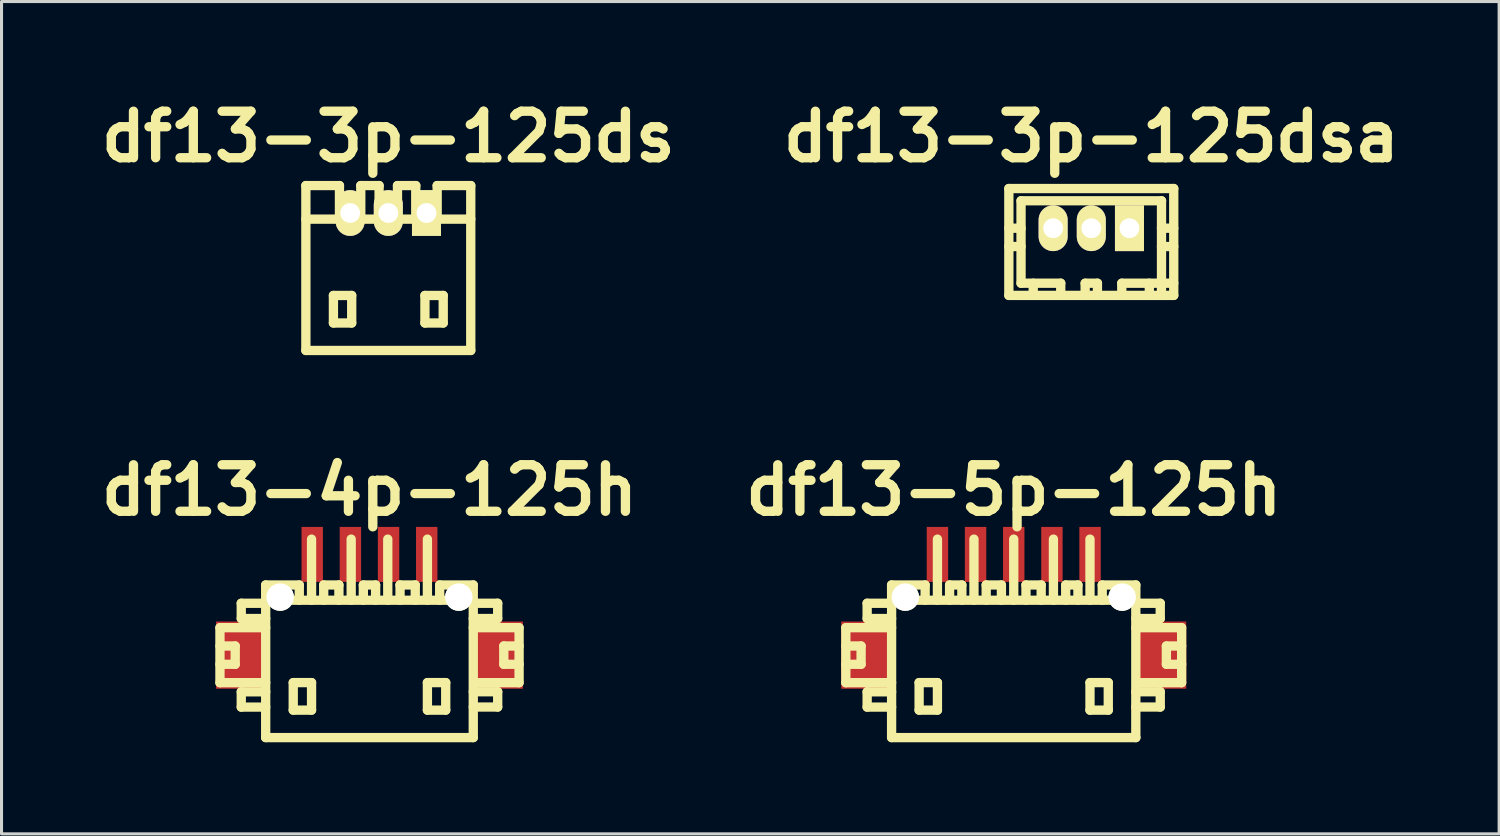
<source format=kicad_pcb>
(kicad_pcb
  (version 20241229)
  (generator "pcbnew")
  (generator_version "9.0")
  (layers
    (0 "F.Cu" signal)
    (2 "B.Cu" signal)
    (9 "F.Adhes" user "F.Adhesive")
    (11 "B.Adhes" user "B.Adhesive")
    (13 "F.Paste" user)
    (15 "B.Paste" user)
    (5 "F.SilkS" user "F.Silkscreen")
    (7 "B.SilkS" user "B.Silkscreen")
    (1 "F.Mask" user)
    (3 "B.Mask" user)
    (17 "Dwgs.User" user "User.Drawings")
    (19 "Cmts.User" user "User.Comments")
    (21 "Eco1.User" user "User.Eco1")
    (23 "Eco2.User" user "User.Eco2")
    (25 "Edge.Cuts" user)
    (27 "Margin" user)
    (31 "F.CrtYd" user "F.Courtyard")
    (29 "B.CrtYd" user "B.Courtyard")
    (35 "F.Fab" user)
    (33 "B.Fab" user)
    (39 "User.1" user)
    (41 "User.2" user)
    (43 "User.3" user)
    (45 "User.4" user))
  (footprint "df13-4p-125h"
    (layer "F.Cu")
    (at 9.05 18.606)
    (property "Reference" "df13-4p-125h" (at 0 -5.601 0) (layer "F.SilkS") (effects (font (size 1.524 1.524) (thickness 0.305))))
    (attr through_hole)
    (fp_line (start -4.897 -1.1) (end -4.897 0.701) (stroke (width 0.305) (type solid)) (layer "F.SilkS"))
    (fp_line (start -4.897 0.701) (end -3.399 0.701) (stroke (width 0.305) (type solid)) (layer "F.SilkS"))
    (fp_line (start -4.397 -0.5) (end -4.897 -0.5) (stroke (width 0.305) (type solid)) (layer "F.SilkS"))
    (fp_line (start -4.397 0.099) (end -4.897 0.099) (stroke (width 0.305) (type solid)) (layer "F.SilkS"))
    (fp_line (start -4.397 0.099) (end -4.397 -0.5) (stroke (width 0.305) (type solid)) (layer "F.SilkS"))
    (fp_line (start -4.199 -1.9) (end -4.199 -1.4) (stroke (width 0.305) (type solid)) (layer "F.SilkS"))
    (fp_line (start -4.199 -1.9) (end -3.399 -1.9) (stroke (width 0.305) (type solid)) (layer "F.SilkS"))
    (fp_line (start -4.199 1.001) (end -4.199 1.501) (stroke (width 0.305) (type solid)) (layer "F.SilkS"))
    (fp_line (start -4.199 1.501) (end -3.399 1.501) (stroke (width 0.305) (type solid)) (layer "F.SilkS"))
    (fp_line (start -3.401 -1.999) (end 3.401 -1.999) (stroke (width 0.305) (type solid)) (layer "F.SilkS"))
    (fp_line (start -3.401 2.499) (end 3.401 2.499) (stroke (width 0.305) (type solid)) (layer "F.SilkS"))
    (fp_line (start -3.399 -1.4) (end -4.199 -1.4) (stroke (width 0.305) (type solid)) (layer "F.SilkS"))
    (fp_line (start -3.399 -1.1) (end -4.897 -1.1) (stroke (width 0.305) (type solid)) (layer "F.SilkS"))
    (fp_line (start -3.399 1.001) (end -4.199 1.001) (stroke (width 0.305) (type solid)) (layer "F.SilkS"))
    (fp_line (start -3.399 2.499) (end -3.399 -2.499) (stroke (width 0.305) (type solid)) (layer "F.SilkS"))
    (fp_line (start -2.497 0.699) (end -2.497 1.6) (stroke (width 0.305) (type solid)) (layer "F.SilkS"))
    (fp_line (start -2.497 1.6) (end -1.897 1.6) (stroke (width 0.305) (type solid)) (layer "F.SilkS"))
    (fp_line (start -2.299 -2.499) (end -3.399 -2.499) (stroke (width 0.305) (type solid)) (layer "F.SilkS"))
    (fp_line (start -2.299 -2.499) (end -2.299 -1.999) (stroke (width 0.305) (type solid)) (layer "F.SilkS"))
    (fp_line (start -1.897 -4) (end -1.897 -1.999) (stroke (width 0.305) (type solid)) (layer "F.SilkS"))
    (fp_line (start -1.897 0.699) (end -2.497 0.699) (stroke (width 0.305) (type solid)) (layer "F.SilkS"))
    (fp_line (start -1.897 1.6) (end -1.897 0.699) (stroke (width 0.305) (type solid)) (layer "F.SilkS"))
    (fp_line (start -1.501 -2.499) (end -1.001 -2.499) (stroke (width 0.305) (type solid)) (layer "F.SilkS"))
    (fp_line (start -1.499 -1.999) (end -1.499 -2.499) (stroke (width 0.305) (type solid)) (layer "F.SilkS"))
    (fp_line (start -1.001 -2.499) (end -1.001 -1.999) (stroke (width 0.305) (type solid)) (layer "F.SilkS"))
    (fp_line (start -0.599 -1.999) (end -0.599 -4) (stroke (width 0.305) (type solid)) (layer "F.SilkS"))
    (fp_line (start -0.201 -2.499) (end -0.201 -1.999) (stroke (width 0.305) (type solid)) (layer "F.SilkS"))
    (fp_line (start 0.201 -2.499) (end -0.201 -2.499) (stroke (width 0.305) (type solid)) (layer "F.SilkS"))
    (fp_line (start 0.201 -2.499) (end 0.201 -1.999) (stroke (width 0.305) (type solid)) (layer "F.SilkS"))
    (fp_line (start 0.599 -1.999) (end 0.599 -4) (stroke (width 0.305) (type solid)) (layer "F.SilkS"))
    (fp_line (start 0.998 -2.499) (end 1.499 -2.499) (stroke (width 0.305) (type solid)) (layer "F.SilkS"))
    (fp_line (start 1.001 -1.999) (end 1.001 -2.499) (stroke (width 0.305) (type solid)) (layer "F.SilkS"))
    (fp_line (start 1.499 -2.499) (end 1.499 -1.999) (stroke (width 0.305) (type solid)) (layer "F.SilkS"))
    (fp_line (start 1.897 -1.999) (end 1.897 -4) (stroke (width 0.305) (type solid)) (layer "F.SilkS"))
    (fp_line (start 1.897 0.699) (end 2.497 0.699) (stroke (width 0.305) (type solid)) (layer "F.SilkS"))
    (fp_line (start 1.897 1.6) (end 1.897 0.699) (stroke (width 0.305) (type solid)) (layer "F.SilkS"))
    (fp_line (start 2.299 -2.499) (end 2.299 -1.999) (stroke (width 0.305) (type solid)) (layer "F.SilkS"))
    (fp_line (start 2.497 0.699) (end 2.497 1.6) (stroke (width 0.305) (type solid)) (layer "F.SilkS"))
    (fp_line (start 2.497 1.6) (end 1.897 1.6) (stroke (width 0.305) (type solid)) (layer "F.SilkS"))
    (fp_line (start 3.399 -2.499) (end 2.299 -2.499) (stroke (width 0.305) (type solid)) (layer "F.SilkS"))
    (fp_line (start 3.399 -2.499) (end 3.399 2.499) (stroke (width 0.305) (type solid)) (layer "F.SilkS"))
    (fp_line (start 3.399 -1.9) (end 4.199 -1.9) (stroke (width 0.305) (type solid)) (layer "F.SilkS"))
    (fp_line (start 3.399 0.998) (end 4.199 0.998) (stroke (width 0.305) (type solid)) (layer "F.SilkS"))
    (fp_line (start 4.199 -1.9) (end 4.199 -1.4) (stroke (width 0.305) (type solid)) (layer "F.SilkS"))
    (fp_line (start 4.199 -1.4) (end 3.399 -1.4) (stroke (width 0.305) (type solid)) (layer "F.SilkS"))
    (fp_line (start 4.199 0.998) (end 4.199 1.499) (stroke (width 0.305) (type solid)) (layer "F.SilkS"))
    (fp_line (start 4.199 1.499) (end 3.399 1.499) (stroke (width 0.305) (type solid)) (layer "F.SilkS"))
    (fp_line (start 4.399 0.099) (end 4.399 -0.5) (stroke (width 0.305) (type solid)) (layer "F.SilkS"))
    (fp_line (start 4.897 -1.1) (end 3.399 -1.1) (stroke (width 0.305) (type solid)) (layer "F.SilkS"))
    (fp_line (start 4.897 0.701) (end 3.498 0.701) (stroke (width 0.305) (type solid)) (layer "F.SilkS"))
    (fp_line (start 4.9 -1.1) (end 4.9 0.701) (stroke (width 0.305) (type solid)) (layer "F.SilkS"))
    (fp_line (start 4.9 -0.5) (end 4.399 -0.5) (stroke (width 0.305) (type solid)) (layer "F.SilkS"))
    (fp_line (start 4.9 0.099) (end 4.399 0.099) (stroke (width 0.305) (type solid)) (layer "F.SilkS"))
    (pad "" smd rect (at -4.224 -0.201) (size 1.6 2.2) (layers "F.Cu" "F.Mask" "F.Paste"))
    (pad "" np_thru_hole circle (at -2.926 -2.101) (size 0.899 0.899) (drill 0.899) (layers "*.Cu" "*.Mask" "F.SilkS"))
    (pad "" np_thru_hole circle (at 2.926 -2.101) (size 0.899 0.899) (drill 0.899) (layers "*.Cu" "*.Mask" "F.SilkS"))
    (pad "" smd rect (at 4.224 -0.201) (size 1.6 2.2) (layers "F.Cu" "F.Mask" "F.Paste"))
    (pad "1" smd rect (at 1.875 -3.5) (size 0.701 1.801) (layers "F.Cu" "F.Mask" "F.Paste"))
    (pad "2" smd rect (at 0.625 -3.5) (size 0.701 1.801) (layers "F.Cu" "F.Mask" "F.Paste"))
    (pad "3" smd rect (at -0.625 -3.5) (size 0.701 1.801) (layers "F.Cu" "F.Mask" "F.Paste"))
    (pad "4" smd rect (at -1.875 -3.5) (size 0.701 1.801) (layers "F.Cu" "F.Mask" "F.Paste")))
  (footprint "df13-3p-125dsa"
    (layer "F.Cu")
    (at 32.689 4.424)
    (property "Reference" "df13-3p-125dsa" (at 0 -2.997 0) (layer "F.SilkS") (effects (font (size 1.524 1.524) (thickness 0.305))))
    (attr through_hole)
    (fp_line (start -2.7 -1.3) (end 2.7 -1.3) (stroke (width 0.305) (type solid)) (layer "F.SilkS"))
    (fp_line (start -2.7 2.2) (end -2.7 -1.3) (stroke (width 0.305) (type solid)) (layer "F.SilkS"))
    (fp_line (start -2.301 -0.899) (end -2.301 1.801) (stroke (width 0.305) (type solid)) (layer "F.SilkS"))
    (fp_line (start -2.299 0) (end -2.7 0) (stroke (width 0.305) (type solid)) (layer "F.SilkS"))
    (fp_line (start -2.299 0.599) (end -2.7 0.599) (stroke (width 0.305) (type solid)) (layer "F.SilkS"))
    (fp_line (start -1.902 1.801) (end -1.902 2.2) (stroke (width 0.305) (type solid)) (layer "F.SilkS"))
    (fp_line (start -1.3 -0.099) (end -1.1 -0.099) (stroke (width 0.305) (type solid)) (layer "F.SilkS"))
    (fp_line (start -1.3 0.099) (end -1.3 -0.099) (stroke (width 0.305) (type solid)) (layer "F.SilkS"))
    (fp_line (start -1.1 -0.099) (end -1.1 0.099) (stroke (width 0.305) (type solid)) (layer "F.SilkS"))
    (fp_line (start -1.1 0.099) (end -1.3 0.099) (stroke (width 0.305) (type solid)) (layer "F.SilkS"))
    (fp_line (start -1.001 1.801) (end -2.301 1.801) (stroke (width 0.305) (type solid)) (layer "F.SilkS"))
    (fp_line (start -1.001 1.801) (end -1.001 2.2) (stroke (width 0.305) (type solid)) (layer "F.SilkS"))
    (fp_line (start -0.201 1.801) (end 0.201 1.801) (stroke (width 0.305) (type solid)) (layer "F.SilkS"))
    (fp_line (start -0.201 2.2) (end -0.201 1.801) (stroke (width 0.305) (type solid)) (layer "F.SilkS"))
    (fp_line (start -0.099 -0.099) (end 0.099 -0.099) (stroke (width 0.305) (type solid)) (layer "F.SilkS"))
    (fp_line (start -0.099 0.099) (end -0.099 -0.099) (stroke (width 0.305) (type solid)) (layer "F.SilkS"))
    (fp_line (start 0.099 -0.099) (end 0.099 0.099) (stroke (width 0.305) (type solid)) (layer "F.SilkS"))
    (fp_line (start 0.099 0.099) (end -0.099 0.099) (stroke (width 0.305) (type solid)) (layer "F.SilkS"))
    (fp_line (start 0.201 2.2) (end 0.201 1.801) (stroke (width 0.305) (type solid)) (layer "F.SilkS"))
    (fp_line (start 0.998 1.801) (end 0.998 2.2) (stroke (width 0.305) (type solid)) (layer "F.SilkS"))
    (fp_line (start 1.1 -0.099) (end 1.3 -0.099) (stroke (width 0.305) (type solid)) (layer "F.SilkS"))
    (fp_line (start 1.1 0.099) (end 1.1 -0.099) (stroke (width 0.305) (type solid)) (layer "F.SilkS"))
    (fp_line (start 1.3 -0.099) (end 1.3 0.099) (stroke (width 0.305) (type solid)) (layer "F.SilkS"))
    (fp_line (start 1.3 0.099) (end 1.1 0.099) (stroke (width 0.305) (type solid)) (layer "F.SilkS"))
    (fp_line (start 1.9 1.801) (end 1.9 2.2) (stroke (width 0.305) (type solid)) (layer "F.SilkS"))
    (fp_line (start 2.299 -0.899) (end 2.299 2.2) (stroke (width 0.305) (type solid)) (layer "F.SilkS"))
    (fp_line (start 2.299 0) (end 2.7 0) (stroke (width 0.305) (type solid)) (layer "F.SilkS"))
    (fp_line (start 2.301 -0.899) (end -2.301 -0.899) (stroke (width 0.305) (type solid)) (layer "F.SilkS"))
    (fp_line (start 2.7 -1.3) (end 2.7 2.2) (stroke (width 0.305) (type solid)) (layer "F.SilkS"))
    (fp_line (start 2.7 0.599) (end 2.299 0.599) (stroke (width 0.305) (type solid)) (layer "F.SilkS"))
    (fp_line (start 2.7 1.801) (end 0.998 1.801) (stroke (width 0.305) (type solid)) (layer "F.SilkS"))
    (fp_line (start 2.7 2.2) (end -2.7 2.2) (stroke (width 0.305) (type solid)) (layer "F.SilkS"))
    (pad "1" thru_hole rect (at 1.25 0) (size 0.95 1.499) (drill 0.648) (layers "*.Cu" "*.Mask" "F.SilkS"))
    (pad "2" thru_hole oval (at 0 0) (size 0.95 1.499) (drill 0.648) (layers "*.Cu" "*.Mask" "F.SilkS"))
    (pad "3" thru_hole oval (at -1.25 0) (size 0.95 1.499) (drill 0.648) (layers "*.Cu" "*.Mask" "F.SilkS")))
  (footprint "df13-3p-125ds"
    (layer "F.Cu")
    (at 9.667 5.727)
    (property "Reference" "df13-3p-125ds" (at 0 -4.3 0) (layer "F.SilkS") (effects (font (size 1.524 1.524) (thickness 0.305))))
    (attr through_hole)
    (fp_line (start -2.7 -1.6) (end 2.7 -1.6) (stroke (width 0.305) (type solid)) (layer "F.SilkS"))
    (fp_line (start -2.7 2.7) (end -2.7 -2.7) (stroke (width 0.305) (type solid)) (layer "F.SilkS"))
    (fp_line (start -2.7 2.7) (end 2.7 2.7) (stroke (width 0.305) (type solid)) (layer "F.SilkS"))
    (fp_line (start -1.798 0.899) (end -1.798 1.801) (stroke (width 0.305) (type solid)) (layer "F.SilkS"))
    (fp_line (start -1.798 1.801) (end -1.199 1.801) (stroke (width 0.305) (type solid)) (layer "F.SilkS"))
    (fp_line (start -1.6 -2.7) (end -2.7 -2.7) (stroke (width 0.305) (type solid)) (layer "F.SilkS"))
    (fp_line (start -1.6 -1.6) (end -1.6 -2.7) (stroke (width 0.305) (type solid)) (layer "F.SilkS"))
    (fp_line (start -1.199 0.899) (end -1.798 0.899) (stroke (width 0.305) (type solid)) (layer "F.SilkS"))
    (fp_line (start -1.199 1.801) (end -1.199 0.899) (stroke (width 0.305) (type solid)) (layer "F.SilkS"))
    (fp_line (start -0.902 -1.6) (end -0.902 -2.7) (stroke (width 0.305) (type solid)) (layer "F.SilkS"))
    (fp_line (start -0.302 -2.7) (end -0.902 -2.7) (stroke (width 0.305) (type solid)) (layer "F.SilkS"))
    (fp_line (start -0.302 -1.6) (end -0.302 -2.7) (stroke (width 0.305) (type solid)) (layer "F.SilkS"))
    (fp_line (start 0.3 -2.7) (end 0.899 -2.7) (stroke (width 0.305) (type solid)) (layer "F.SilkS"))
    (fp_line (start 0.3 -1.6) (end 0.3 -2.7) (stroke (width 0.305) (type solid)) (layer "F.SilkS"))
    (fp_line (start 0.899 -2.7) (end 0.899 -1.6) (stroke (width 0.305) (type solid)) (layer "F.SilkS"))
    (fp_line (start 1.199 0.899) (end 1.798 0.899) (stroke (width 0.305) (type solid)) (layer "F.SilkS"))
    (fp_line (start 1.199 1.801) (end 1.199 0.899) (stroke (width 0.305) (type solid)) (layer "F.SilkS"))
    (fp_line (start 1.6 -1.6) (end 1.6 -2.7) (stroke (width 0.305) (type solid)) (layer "F.SilkS"))
    (fp_line (start 1.798 0.899) (end 1.798 1.801) (stroke (width 0.305) (type solid)) (layer "F.SilkS"))
    (fp_line (start 1.798 1.801) (end 1.199 1.801) (stroke (width 0.305) (type solid)) (layer "F.SilkS"))
    (fp_line (start 2.7 -2.7) (end 1.6 -2.7) (stroke (width 0.305) (type solid)) (layer "F.SilkS"))
    (fp_line (start 2.7 2.7) (end 2.7 -2.7) (stroke (width 0.305) (type solid)) (layer "F.SilkS"))
    (pad "1" thru_hole rect (at 1.25 -1.801) (size 0.95 1.499) (drill 0.648) (layers "*.Cu" "*.Mask" "F.SilkS"))
    (pad "2" thru_hole oval (at 0 -1.801) (size 0.95 1.499) (drill 0.648) (layers "*.Cu" "*.Mask" "F.SilkS"))
    (pad "3" thru_hole oval (at -1.25 -1.801) (size 0.95 1.499) (drill 0.648) (layers "*.Cu" "*.Mask" "F.SilkS")))
  (footprint "df13-5p-125h"
    (layer "F.Cu")
    (at 30.149 18.606)
    (property "Reference" "df13-5p-125h" (at 0 -5.601 0) (layer "F.SilkS") (effects (font (size 1.524 1.524) (thickness 0.305))))
    (attr through_hole)
    (fp_line (start -5.499 -1.1) (end -5.499 0.701) (stroke (width 0.305) (type solid)) (layer "F.SilkS"))
    (fp_line (start -5.499 0.701) (end -4 0.701) (stroke (width 0.305) (type solid)) (layer "F.SilkS"))
    (fp_line (start -4.999 -0.5) (end -5.499 -0.5) (stroke (width 0.305) (type solid)) (layer "F.SilkS"))
    (fp_line (start -4.999 0.099) (end -5.499 0.099) (stroke (width 0.305) (type solid)) (layer "F.SilkS"))
    (fp_line (start -4.999 0.099) (end -4.999 -0.5) (stroke (width 0.305) (type solid)) (layer "F.SilkS"))
    (fp_line (start -4.801 -1.9) (end -4.801 -1.4) (stroke (width 0.305) (type solid)) (layer "F.SilkS"))
    (fp_line (start -4.801 -1.9) (end -4 -1.9) (stroke (width 0.305) (type solid)) (layer "F.SilkS"))
    (fp_line (start -4.801 1.001) (end -4.801 1.501) (stroke (width 0.305) (type solid)) (layer "F.SilkS"))
    (fp_line (start -4.801 1.501) (end -4 1.501) (stroke (width 0.305) (type solid)) (layer "F.SilkS"))
    (fp_line (start -4 -1.4) (end -4.801 -1.4) (stroke (width 0.305) (type solid)) (layer "F.SilkS"))
    (fp_line (start -4 -1.1) (end -5.499 -1.1) (stroke (width 0.305) (type solid)) (layer "F.SilkS"))
    (fp_line (start -4 1.001) (end -4.801 1.001) (stroke (width 0.305) (type solid)) (layer "F.SilkS"))
    (fp_line (start -4 2.499) (end -4 -2.499) (stroke (width 0.305) (type solid)) (layer "F.SilkS"))
    (fp_line (start -4 2.499) (end 4 2.499) (stroke (width 0.305) (type solid)) (layer "F.SilkS"))
    (fp_line (start -3.099 0.699) (end -3.099 1.6) (stroke (width 0.305) (type solid)) (layer "F.SilkS"))
    (fp_line (start -3.099 1.6) (end -2.499 1.6) (stroke (width 0.305) (type solid)) (layer "F.SilkS"))
    (fp_line (start -2.901 -2.499) (end -4 -2.499) (stroke (width 0.305) (type solid)) (layer "F.SilkS"))
    (fp_line (start -2.901 -2.499) (end -2.901 -1.999) (stroke (width 0.305) (type solid)) (layer "F.SilkS"))
    (fp_line (start -2.499 -4) (end -2.499 -1.999) (stroke (width 0.305) (type solid)) (layer "F.SilkS"))
    (fp_line (start -2.499 0.699) (end -3.099 0.699) (stroke (width 0.305) (type solid)) (layer "F.SilkS"))
    (fp_line (start -2.499 1.6) (end -2.499 0.699) (stroke (width 0.305) (type solid)) (layer "F.SilkS"))
    (fp_line (start -2.101 -2.499) (end -2.101 -1.999) (stroke (width 0.305) (type solid)) (layer "F.SilkS"))
    (fp_line (start -1.699 -2.499) (end -2.101 -2.499) (stroke (width 0.305) (type solid)) (layer "F.SilkS"))
    (fp_line (start -1.699 -2.499) (end -1.699 -1.999) (stroke (width 0.305) (type solid)) (layer "F.SilkS"))
    (fp_line (start -1.303 -1.999) (end -1.303 -4) (stroke (width 0.305) (type solid)) (layer "F.SilkS"))
    (fp_line (start -0.904 -2.499) (end -0.404 -2.499) (stroke (width 0.305) (type solid)) (layer "F.SilkS"))
    (fp_line (start -0.902 -1.999) (end -0.902 -2.499) (stroke (width 0.305) (type solid)) (layer "F.SilkS"))
    (fp_line (start -0.404 -2.499) (end -0.404 -1.999) (stroke (width 0.305) (type solid)) (layer "F.SilkS"))
    (fp_line (start 0 -1.999) (end 0 -4) (stroke (width 0.305) (type solid)) (layer "F.SilkS"))
    (fp_line (start 0.399 -2.499) (end 0.899 -2.499) (stroke (width 0.305) (type solid)) (layer "F.SilkS"))
    (fp_line (start 0.401 -1.999) (end 0.401 -2.499) (stroke (width 0.305) (type solid)) (layer "F.SilkS"))
    (fp_line (start 0.899 -2.499) (end 0.899 -1.999) (stroke (width 0.305) (type solid)) (layer "F.SilkS"))
    (fp_line (start 1.3 -1.999) (end 1.3 -4) (stroke (width 0.305) (type solid)) (layer "F.SilkS"))
    (fp_line (start 1.702 -2.499) (end 1.702 -1.999) (stroke (width 0.305) (type solid)) (layer "F.SilkS"))
    (fp_line (start 2.103 -2.499) (end 1.702 -2.499) (stroke (width 0.305) (type solid)) (layer "F.SilkS"))
    (fp_line (start 2.103 -2.499) (end 2.103 -1.999) (stroke (width 0.305) (type solid)) (layer "F.SilkS"))
    (fp_line (start 2.497 -1.999) (end 2.497 -4) (stroke (width 0.305) (type solid)) (layer "F.SilkS"))
    (fp_line (start 2.497 0.699) (end 3.096 0.699) (stroke (width 0.305) (type solid)) (layer "F.SilkS"))
    (fp_line (start 2.497 1.6) (end 2.497 0.699) (stroke (width 0.305) (type solid)) (layer "F.SilkS"))
    (fp_line (start 2.898 -2.499) (end 2.898 -1.999) (stroke (width 0.305) (type solid)) (layer "F.SilkS"))
    (fp_line (start 3.096 0.699) (end 3.096 1.6) (stroke (width 0.305) (type solid)) (layer "F.SilkS"))
    (fp_line (start 3.096 1.6) (end 2.497 1.6) (stroke (width 0.305) (type solid)) (layer "F.SilkS"))
    (fp_line (start 3.998 -2.499) (end 2.898 -2.499) (stroke (width 0.305) (type solid)) (layer "F.SilkS"))
    (fp_line (start 3.998 -2.499) (end 3.998 2.499) (stroke (width 0.305) (type solid)) (layer "F.SilkS"))
    (fp_line (start 3.998 -1.9) (end 4.798 -1.9) (stroke (width 0.305) (type solid)) (layer "F.SilkS"))
    (fp_line (start 3.998 0.998) (end 4.798 0.998) (stroke (width 0.305) (type solid)) (layer "F.SilkS"))
    (fp_line (start 4 -1.999) (end -4 -1.999) (stroke (width 0.305) (type solid)) (layer "F.SilkS"))
    (fp_line (start 4.798 -1.9) (end 4.798 -1.4) (stroke (width 0.305) (type solid)) (layer "F.SilkS"))
    (fp_line (start 4.798 -1.4) (end 3.998 -1.4) (stroke (width 0.305) (type solid)) (layer "F.SilkS"))
    (fp_line (start 4.798 0.998) (end 4.798 1.499) (stroke (width 0.305) (type solid)) (layer "F.SilkS"))
    (fp_line (start 4.798 1.499) (end 3.998 1.499) (stroke (width 0.305) (type solid)) (layer "F.SilkS"))
    (fp_line (start 4.999 0.099) (end 4.999 -0.5) (stroke (width 0.305) (type solid)) (layer "F.SilkS"))
    (fp_line (start 5.497 -1.1) (end 3.998 -1.1) (stroke (width 0.305) (type solid)) (layer "F.SilkS"))
    (fp_line (start 5.497 0.701) (end 4.097 0.701) (stroke (width 0.305) (type solid)) (layer "F.SilkS"))
    (fp_line (start 5.499 -1.1) (end 5.499 0.701) (stroke (width 0.305) (type solid)) (layer "F.SilkS"))
    (fp_line (start 5.499 -0.5) (end 4.999 -0.5) (stroke (width 0.305) (type solid)) (layer "F.SilkS"))
    (fp_line (start 5.499 0.099) (end 4.999 0.099) (stroke (width 0.305) (type solid)) (layer "F.SilkS"))
    (pad "" smd rect (at -4.849 -0.201) (size 1.6 2.2) (layers "F.Cu" "F.Mask" "F.Paste"))
    (pad "" np_thru_hole circle (at -3.551 -2.101) (size 0.899 0.899) (drill 0.899) (layers "*.Cu" "*.Mask" "F.SilkS"))
    (pad "" np_thru_hole circle (at 3.551 -2.101) (size 0.899 0.899) (drill 0.899) (layers "*.Cu" "*.Mask" "F.SilkS"))
    (pad "" smd rect (at 4.849 -0.201) (size 1.6 2.2) (layers "F.Cu" "F.Mask" "F.Paste"))
    (pad "1" smd rect (at 2.499 -3.5) (size 0.701 1.801) (layers "F.Cu" "F.Mask" "F.Paste"))
    (pad "2" smd rect (at 1.25 -3.5) (size 0.701 1.801) (layers "F.Cu" "F.Mask" "F.Paste"))
    (pad "3" smd rect (at 0 -3.5) (size 0.701 1.801) (layers "F.Cu" "F.Mask" "F.Paste"))
    (pad "4" smd rect (at -1.25 -3.5) (size 0.701 1.801) (layers "F.Cu" "F.Mask" "F.Paste"))
    (pad "5" smd rect (at -2.499 -3.5) (size 0.701 1.801) (layers "F.Cu" "F.Mask" "F.Paste")))
  (gr_rect
    (start -3 -3)
    (end 46.045 24.258)
    (stroke (width 0.1) (type default))
    (fill no)
    (layer "Edge.Cuts")))
</source>
